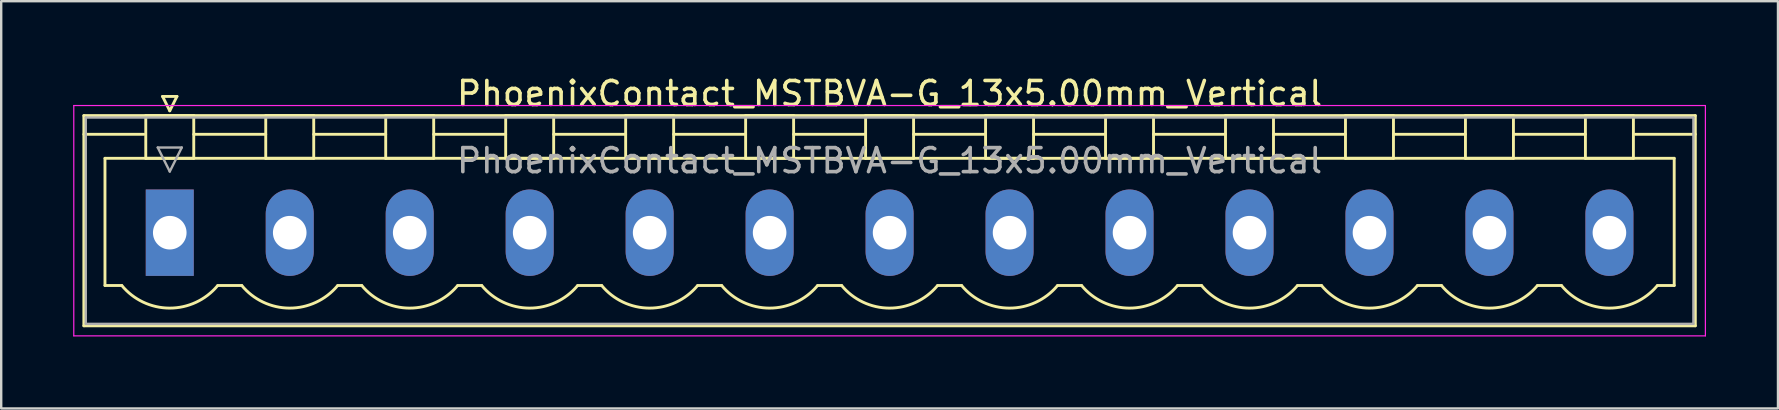
<source format=kicad_pcb>
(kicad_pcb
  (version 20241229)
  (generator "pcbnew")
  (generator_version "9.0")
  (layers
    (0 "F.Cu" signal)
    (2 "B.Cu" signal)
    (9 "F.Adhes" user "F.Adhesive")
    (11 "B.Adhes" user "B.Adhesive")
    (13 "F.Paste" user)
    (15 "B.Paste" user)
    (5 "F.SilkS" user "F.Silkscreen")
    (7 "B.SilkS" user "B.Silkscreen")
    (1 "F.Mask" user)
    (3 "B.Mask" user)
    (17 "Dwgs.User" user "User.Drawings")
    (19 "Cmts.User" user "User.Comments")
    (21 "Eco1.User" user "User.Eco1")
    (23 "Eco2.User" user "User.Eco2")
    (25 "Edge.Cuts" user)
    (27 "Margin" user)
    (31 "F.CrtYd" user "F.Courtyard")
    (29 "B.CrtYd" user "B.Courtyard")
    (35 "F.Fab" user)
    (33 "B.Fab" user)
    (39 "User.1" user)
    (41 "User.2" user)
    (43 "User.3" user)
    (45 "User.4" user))
  (footprint "PhoenixContact_MSTBVA-G_13x5.00mm_Vertical"
    (layer "F.Cu")
    (at 4.025 6.648)
    (property "Reference" "PhoenixContact_MSTBVA-G_13x5.00mm_Vertical" (at 30 -5.8 0) (layer "F.SilkS") (effects (font (size 1 1) (thickness 0.15))))
    (attr through_hole)
    (fp_line (start -3.58 -4.88) (end -3.58 3.88) (stroke (width 0.12) (type solid)) (layer "F.SilkS"))
    (fp_line (start -3.58 -4.1) (end -1.08 -4.1) (stroke (width 0.12) (type solid)) (layer "F.SilkS"))
    (fp_line (start -3.58 3.88) (end 63.58 3.88) (stroke (width 0.12) (type solid)) (layer "F.SilkS"))
    (fp_line (start -2.7 -3.1) (end 62.7 -3.1) (stroke (width 0.12) (type solid)) (layer "F.SilkS"))
    (fp_line (start -2.7 2.2) (end -2.7 -3.1) (stroke (width 0.12) (type solid)) (layer "F.SilkS"))
    (fp_line (start -2 2.2) (end -2.7 2.2) (stroke (width 0.12) (type solid)) (layer "F.SilkS"))
    (fp_line (start -1 -4.88) (end 1 -4.88) (stroke (width 0.12) (type solid)) (layer "F.SilkS"))
    (fp_line (start -1 -3.1) (end -1 -4.88) (stroke (width 0.12) (type solid)) (layer "F.SilkS"))
    (fp_line (start -0.3 -5.68) (end 0.3 -5.68) (stroke (width 0.12) (type solid)) (layer "F.SilkS"))
    (fp_line (start 0 -5.08) (end -0.3 -5.68) (stroke (width 0.12) (type solid)) (layer "F.SilkS"))
    (fp_line (start 0.3 -5.68) (end 0 -5.08) (stroke (width 0.12) (type solid)) (layer "F.SilkS"))
    (fp_line (start 1 -4.88) (end 1 -3.1) (stroke (width 0.12) (type solid)) (layer "F.SilkS"))
    (fp_line (start 1 -4.1) (end 4 -4.1) (stroke (width 0.12) (type solid)) (layer "F.SilkS"))
    (fp_line (start 1 -3.1) (end -1 -3.1) (stroke (width 0.12) (type solid)) (layer "F.SilkS"))
    (fp_line (start 2 2.2) (end 3 2.2) (stroke (width 0.12) (type solid)) (layer "F.SilkS"))
    (fp_line (start 4 -4.88) (end 6 -4.88) (stroke (width 0.12) (type solid)) (layer "F.SilkS"))
    (fp_line (start 4 -3.1) (end 4 -4.88) (stroke (width 0.12) (type solid)) (layer "F.SilkS"))
    (fp_line (start 6 -4.88) (end 6 -3.1) (stroke (width 0.12) (type solid)) (layer "F.SilkS"))
    (fp_line (start 6 -4.1) (end 9 -4.1) (stroke (width 0.12) (type solid)) (layer "F.SilkS"))
    (fp_line (start 6 -3.1) (end 4 -3.1) (stroke (width 0.12) (type solid)) (layer "F.SilkS"))
    (fp_line (start 7 2.2) (end 8 2.2) (stroke (width 0.12) (type solid)) (layer "F.SilkS"))
    (fp_line (start 9 -4.88) (end 11 -4.88) (stroke (width 0.12) (type solid)) (layer "F.SilkS"))
    (fp_line (start 9 -3.1) (end 9 -4.88) (stroke (width 0.12) (type solid)) (layer "F.SilkS"))
    (fp_line (start 11 -4.88) (end 11 -3.1) (stroke (width 0.12) (type solid)) (layer "F.SilkS"))
    (fp_line (start 11 -4.1) (end 14 -4.1) (stroke (width 0.12) (type solid)) (layer "F.SilkS"))
    (fp_line (start 11 -3.1) (end 9 -3.1) (stroke (width 0.12) (type solid)) (layer "F.SilkS"))
    (fp_line (start 12 2.2) (end 13 2.2) (stroke (width 0.12) (type solid)) (layer "F.SilkS"))
    (fp_line (start 14 -4.88) (end 16 -4.88) (stroke (width 0.12) (type solid)) (layer "F.SilkS"))
    (fp_line (start 14 -3.1) (end 14 -4.88) (stroke (width 0.12) (type solid)) (layer "F.SilkS"))
    (fp_line (start 16 -4.88) (end 16 -3.1) (stroke (width 0.12) (type solid)) (layer "F.SilkS"))
    (fp_line (start 16 -4.1) (end 19 -4.1) (stroke (width 0.12) (type solid)) (layer "F.SilkS"))
    (fp_line (start 16 -3.1) (end 14 -3.1) (stroke (width 0.12) (type solid)) (layer "F.SilkS"))
    (fp_line (start 17 2.2) (end 18 2.2) (stroke (width 0.12) (type solid)) (layer "F.SilkS"))
    (fp_line (start 19 -4.88) (end 21 -4.88) (stroke (width 0.12) (type solid)) (layer "F.SilkS"))
    (fp_line (start 19 -3.1) (end 19 -4.88) (stroke (width 0.12) (type solid)) (layer "F.SilkS"))
    (fp_line (start 21 -4.88) (end 21 -3.1) (stroke (width 0.12) (type solid)) (layer "F.SilkS"))
    (fp_line (start 21 -4.1) (end 24 -4.1) (stroke (width 0.12) (type solid)) (layer "F.SilkS"))
    (fp_line (start 21 -3.1) (end 19 -3.1) (stroke (width 0.12) (type solid)) (layer "F.SilkS"))
    (fp_line (start 22 2.2) (end 23 2.2) (stroke (width 0.12) (type solid)) (layer "F.SilkS"))
    (fp_line (start 24 -4.88) (end 26 -4.88) (stroke (width 0.12) (type solid)) (layer "F.SilkS"))
    (fp_line (start 24 -3.1) (end 24 -4.88) (stroke (width 0.12) (type solid)) (layer "F.SilkS"))
    (fp_line (start 26 -4.88) (end 26 -3.1) (stroke (width 0.12) (type solid)) (layer "F.SilkS"))
    (fp_line (start 26 -4.1) (end 29 -4.1) (stroke (width 0.12) (type solid)) (layer "F.SilkS"))
    (fp_line (start 26 -3.1) (end 24 -3.1) (stroke (width 0.12) (type solid)) (layer "F.SilkS"))
    (fp_line (start 27 2.2) (end 28 2.2) (stroke (width 0.12) (type solid)) (layer "F.SilkS"))
    (fp_line (start 29 -4.88) (end 31 -4.88) (stroke (width 0.12) (type solid)) (layer "F.SilkS"))
    (fp_line (start 29 -3.1) (end 29 -4.88) (stroke (width 0.12) (type solid)) (layer "F.SilkS"))
    (fp_line (start 31 -4.88) (end 31 -3.1) (stroke (width 0.12) (type solid)) (layer "F.SilkS"))
    (fp_line (start 31 -4.1) (end 34 -4.1) (stroke (width 0.12) (type solid)) (layer "F.SilkS"))
    (fp_line (start 31 -3.1) (end 29 -3.1) (stroke (width 0.12) (type solid)) (layer "F.SilkS"))
    (fp_line (start 32 2.2) (end 33 2.2) (stroke (width 0.12) (type solid)) (layer "F.SilkS"))
    (fp_line (start 34 -4.88) (end 36 -4.88) (stroke (width 0.12) (type solid)) (layer "F.SilkS"))
    (fp_line (start 34 -3.1) (end 34 -4.88) (stroke (width 0.12) (type solid)) (layer "F.SilkS"))
    (fp_line (start 36 -4.88) (end 36 -3.1) (stroke (width 0.12) (type solid)) (layer "F.SilkS"))
    (fp_line (start 36 -4.1) (end 39 -4.1) (stroke (width 0.12) (type solid)) (layer "F.SilkS"))
    (fp_line (start 36 -3.1) (end 34 -3.1) (stroke (width 0.12) (type solid)) (layer "F.SilkS"))
    (fp_line (start 37 2.2) (end 38 2.2) (stroke (width 0.12) (type solid)) (layer "F.SilkS"))
    (fp_line (start 39 -4.88) (end 41 -4.88) (stroke (width 0.12) (type solid)) (layer "F.SilkS"))
    (fp_line (start 39 -3.1) (end 39 -4.88) (stroke (width 0.12) (type solid)) (layer "F.SilkS"))
    (fp_line (start 41 -4.88) (end 41 -3.1) (stroke (width 0.12) (type solid)) (layer "F.SilkS"))
    (fp_line (start 41 -4.1) (end 44 -4.1) (stroke (width 0.12) (type solid)) (layer "F.SilkS"))
    (fp_line (start 41 -3.1) (end 39 -3.1) (stroke (width 0.12) (type solid)) (layer "F.SilkS"))
    (fp_line (start 42 2.2) (end 43 2.2) (stroke (width 0.12) (type solid)) (layer "F.SilkS"))
    (fp_line (start 44 -4.88) (end 46 -4.88) (stroke (width 0.12) (type solid)) (layer "F.SilkS"))
    (fp_line (start 44 -3.1) (end 44 -4.88) (stroke (width 0.12) (type solid)) (layer "F.SilkS"))
    (fp_line (start 46 -4.88) (end 46 -3.1) (stroke (width 0.12) (type solid)) (layer "F.SilkS"))
    (fp_line (start 46 -4.1) (end 49 -4.1) (stroke (width 0.12) (type solid)) (layer "F.SilkS"))
    (fp_line (start 46 -3.1) (end 44 -3.1) (stroke (width 0.12) (type solid)) (layer "F.SilkS"))
    (fp_line (start 47 2.2) (end 48 2.2) (stroke (width 0.12) (type solid)) (layer "F.SilkS"))
    (fp_line (start 49 -4.88) (end 51 -4.88) (stroke (width 0.12) (type solid)) (layer "F.SilkS"))
    (fp_line (start 49 -3.1) (end 49 -4.88) (stroke (width 0.12) (type solid)) (layer "F.SilkS"))
    (fp_line (start 51 -4.88) (end 51 -3.1) (stroke (width 0.12) (type solid)) (layer "F.SilkS"))
    (fp_line (start 51 -4.1) (end 54 -4.1) (stroke (width 0.12) (type solid)) (layer "F.SilkS"))
    (fp_line (start 51 -3.1) (end 49 -3.1) (stroke (width 0.12) (type solid)) (layer "F.SilkS"))
    (fp_line (start 52 2.2) (end 53 2.2) (stroke (width 0.12) (type solid)) (layer "F.SilkS"))
    (fp_line (start 54 -4.88) (end 56 -4.88) (stroke (width 0.12) (type solid)) (layer "F.SilkS"))
    (fp_line (start 54 -3.1) (end 54 -4.88) (stroke (width 0.12) (type solid)) (layer "F.SilkS"))
    (fp_line (start 56 -4.88) (end 56 -3.1) (stroke (width 0.12) (type solid)) (layer "F.SilkS"))
    (fp_line (start 56 -4.1) (end 59 -4.1) (stroke (width 0.12) (type solid)) (layer "F.SilkS"))
    (fp_line (start 56 -3.1) (end 54 -3.1) (stroke (width 0.12) (type solid)) (layer "F.SilkS"))
    (fp_line (start 57 2.2) (end 58 2.2) (stroke (width 0.12) (type solid)) (layer "F.SilkS"))
    (fp_line (start 59 -4.88) (end 61 -4.88) (stroke (width 0.12) (type solid)) (layer "F.SilkS"))
    (fp_line (start 59 -3.1) (end 59 -4.88) (stroke (width 0.12) (type solid)) (layer "F.SilkS"))
    (fp_line (start 61 -4.88) (end 61 -3.1) (stroke (width 0.12) (type solid)) (layer "F.SilkS"))
    (fp_line (start 61 -3.1) (end 59 -3.1) (stroke (width 0.12) (type solid)) (layer "F.SilkS"))
    (fp_line (start 62.7 -3.1) (end 62.7 2.2) (stroke (width 0.12) (type solid)) (layer "F.SilkS"))
    (fp_line (start 62.7 2.2) (end 62 2.2) (stroke (width 0.12) (type solid)) (layer "F.SilkS"))
    (fp_line (start 63.58 -4.88) (end -3.58 -4.88) (stroke (width 0.12) (type solid)) (layer "F.SilkS"))
    (fp_line (start 63.58 -4.1) (end 61.08 -4.1) (stroke (width 0.12) (type solid)) (layer "F.SilkS"))
    (fp_line (start 63.58 3.88) (end 63.58 -4.88) (stroke (width 0.12) (type solid)) (layer "F.SilkS"))
    (fp_arc (start 1.986842 2.215821) (mid -0.010289 3.142758) (end -2 2.2) (stroke (width 0.12) (type solid)) (layer "F.SilkS"))
    (fp_arc (start 6.986842 2.215821) (mid 4.989711 3.142758) (end 3 2.2) (stroke (width 0.12) (type solid)) (layer "F.SilkS"))
    (fp_arc (start 11.986842 2.215821) (mid 9.989711 3.142758) (end 8 2.2) (stroke (width 0.12) (type solid)) (layer "F.SilkS"))
    (fp_arc (start 16.986842 2.215821) (mid 14.989711 3.142758) (end 13 2.2) (stroke (width 0.12) (type solid)) (layer "F.SilkS"))
    (fp_arc (start 21.986842 2.215821) (mid 19.989711 3.142758) (end 18 2.2) (stroke (width 0.12) (type solid)) (layer "F.SilkS"))
    (fp_arc (start 26.986842 2.215821) (mid 24.989711 3.142758) (end 23 2.2) (stroke (width 0.12) (type solid)) (layer "F.SilkS"))
    (fp_arc (start 31.986842 2.215821) (mid 29.989711 3.142758) (end 28 2.2) (stroke (width 0.12) (type solid)) (layer "F.SilkS"))
    (fp_arc (start 36.986842 2.215821) (mid 34.989711 3.142758) (end 33 2.2) (stroke (width 0.12) (type solid)) (layer "F.SilkS"))
    (fp_arc (start 41.986842 2.215821) (mid 39.989711 3.142758) (end 38 2.2) (stroke (width 0.12) (type solid)) (layer "F.SilkS"))
    (fp_arc (start 46.986842 2.215821) (mid 44.989711 3.142758) (end 43 2.2) (stroke (width 0.12) (type solid)) (layer "F.SilkS"))
    (fp_arc (start 51.986842 2.215821) (mid 49.989711 3.142758) (end 48 2.2) (stroke (width 0.12) (type solid)) (layer "F.SilkS"))
    (fp_arc (start 56.986842 2.215821) (mid 54.989711 3.142758) (end 53 2.2) (stroke (width 0.12) (type solid)) (layer "F.SilkS"))
    (fp_arc (start 61.986842 2.215821) (mid 59.989711 3.142758) (end 58 2.2) (stroke (width 0.12) (type solid)) (layer "F.SilkS"))
    (fp_line (start -4 -5.3) (end -4 4.3) (stroke (width 0.05) (type solid)) (layer "F.CrtYd"))
    (fp_line (start -4 4.3) (end 64 4.3) (stroke (width 0.05) (type solid)) (layer "F.CrtYd"))
    (fp_line (start 64 -5.3) (end -4 -5.3) (stroke (width 0.05) (type solid)) (layer "F.CrtYd"))
    (fp_line (start 64 4.3) (end 64 -5.3) (stroke (width 0.05) (type solid)) (layer "F.CrtYd"))
    (fp_line (start -3.5 -4.8) (end -3.5 3.8) (stroke (width 0.1) (type solid)) (layer "F.Fab"))
    (fp_line (start -3.5 3.8) (end 63.5 3.8) (stroke (width 0.1) (type solid)) (layer "F.Fab"))
    (fp_line (start -0.5 -3.55) (end 0.5 -3.55) (stroke (width 0.1) (type solid)) (layer "F.Fab"))
    (fp_line (start 0 -2.55) (end -0.5 -3.55) (stroke (width 0.1) (type solid)) (layer "F.Fab"))
    (fp_line (start 0.5 -3.55) (end 0 -2.55) (stroke (width 0.1) (type solid)) (layer "F.Fab"))
    (fp_line (start 63.5 -4.8) (end -3.5 -4.8) (stroke (width 0.1) (type solid)) (layer "F.Fab"))
    (fp_line (start 63.5 3.8) (end 63.5 -4.8) (stroke (width 0.1) (type solid)) (layer "F.Fab"))
    (fp_text user "${REFERENCE}" (at 30 -3 0) (layer "F.Fab") (effects (font (size 1 1) (thickness 0.15))))
    (pad "1" thru_hole rect (at 0 0) (size 2 3.6) (drill 1.4) (layers "*.Cu" "*.Mask"))
    (pad "2" thru_hole oval (at 5 0) (size 2 3.6) (drill 1.4) (layers "*.Cu" "*.Mask"))
    (pad "3" thru_hole oval (at 10 0) (size 2 3.6) (drill 1.4) (layers "*.Cu" "*.Mask"))
    (pad "4" thru_hole oval (at 15 0) (size 2 3.6) (drill 1.4) (layers "*.Cu" "*.Mask"))
    (pad "5" thru_hole oval (at 20 0) (size 2 3.6) (drill 1.4) (layers "*.Cu" "*.Mask"))
    (pad "6" thru_hole oval (at 25 0) (size 2 3.6) (drill 1.4) (layers "*.Cu" "*.Mask"))
    (pad "7" thru_hole oval (at 30 0) (size 2 3.6) (drill 1.4) (layers "*.Cu" "*.Mask"))
    (pad "8" thru_hole oval (at 35 0) (size 2 3.6) (drill 1.4) (layers "*.Cu" "*.Mask"))
    (pad "9" thru_hole oval (at 40 0) (size 2 3.6) (drill 1.4) (layers "*.Cu" "*.Mask"))
    (pad "10" thru_hole oval (at 45 0) (size 2 3.6) (drill 1.4) (layers "*.Cu" "*.Mask"))
    (pad "11" thru_hole oval (at 50 0) (size 2 3.6) (drill 1.4) (layers "*.Cu" "*.Mask"))
    (pad "12" thru_hole oval (at 55 0) (size 2 3.6) (drill 1.4) (layers "*.Cu" "*.Mask"))
    (pad "13" thru_hole oval (at 60 0) (size 2 3.6) (drill 1.4) (layers "*.Cu" "*.Mask")))
  (gr_rect
    (start -3 -3)
    (end 71.05 13.973)
    (stroke (width 0.1) (type default))
    (fill no)
    (layer "Edge.Cuts")))
</source>
